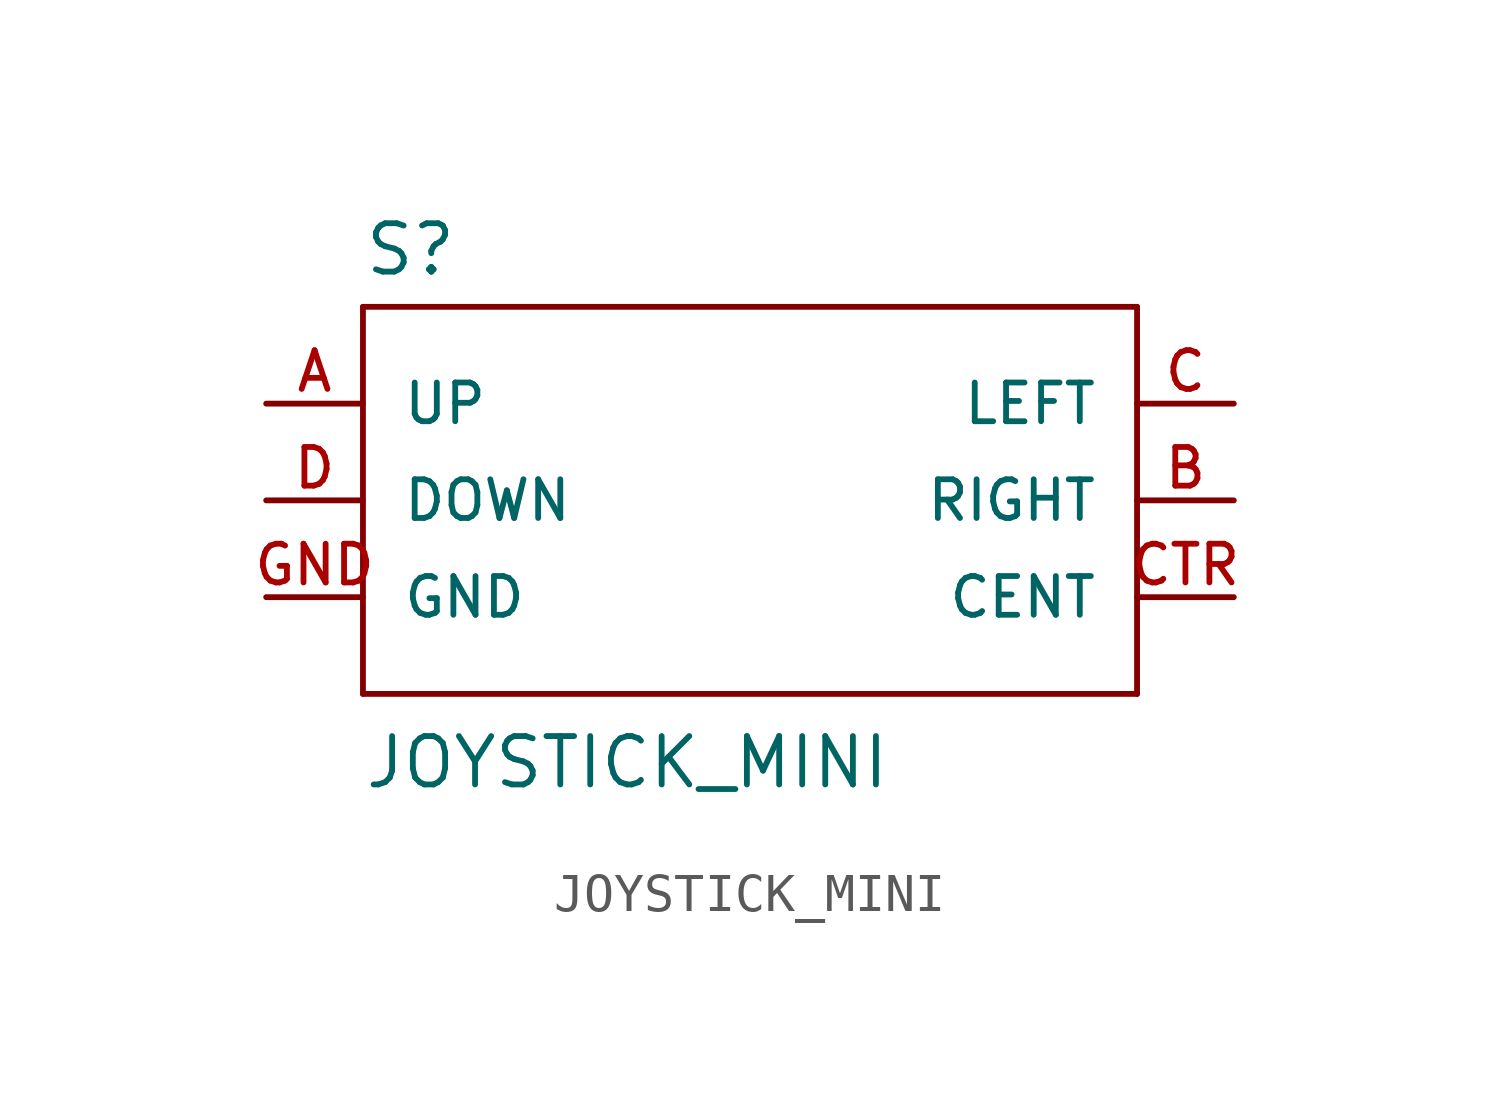
<source format=kicad_sym>
(kicad_symbol_lib
  (version 20220914)
  (generator kicad_symbol_editor)
  (symbol "JOYSTICK_MINI"
    (pin_names
      (offset 1.016))
    (property "Reference" "S"
      (at -10.16 5.842 0)
      (effects (font (size 1.27 1.27)) (justify left bottom)))
    (property "Value" "JOYSTICK_MINI"
      (at -10.16 -7.62 0)
      (effects (font (size 1.27 1.27)) (justify left bottom)))
    (property "ki_locked" ""
      (at 0 0 0)
      (effects (font (size 1.27 1.27))))
    (symbol "JOYSTICK_MINI_1_0"
      (polyline (pts (xy -10.16 -5.08) (xy -10.16 5.08)) (stroke (width 0) (type solid)) (fill (type none)))
      (polyline (pts (xy -10.16 5.08) (xy 10.16 5.08)) (stroke (width 0) (type solid)) (fill (type none)))
      (polyline (pts (xy 10.16 -5.08) (xy -10.16 -5.08)) (stroke (width 0) (type solid)) (fill (type none)))
      (polyline (pts (xy 10.16 5.08) (xy 10.16 -5.08)) (stroke (width 0) (type solid)) (fill (type none))))
    (symbol "JOYSTICK_MINI_1_1"
      (pin bidirectional line (at -12.7 2.54 0) (length 2.54) (name "UP" (effects (font (size 1.016 1.016)))) (number "A" (effects (font (size 1.016 1.016)))))
      (pin bidirectional line (at 12.7 0 180) (length 2.54) (name "RIGHT" (effects (font (size 1.016 1.016)))) (number "B" (effects (font (size 1.016 1.016)))))
      (pin bidirectional line (at 12.7 2.54 180) (length 2.54) (name "LEFT" (effects (font (size 1.016 1.016)))) (number "C" (effects (font (size 1.016 1.016)))))
      (pin bidirectional line (at 12.7 -2.54 180) (length 2.54) (name "CENT" (effects (font (size 1.016 1.016)))) (number "CTR" (effects (font (size 1.016 1.016)))))
      (pin bidirectional line (at -12.7 0 0) (length 2.54) (name "DOWN" (effects (font (size 1.016 1.016)))) (number "D" (effects (font (size 1.016 1.016)))))
      (pin bidirectional line (at -12.7 -2.54 0) (length 2.54) (name "GND" (effects (font (size 1.016 1.016)))) (number "GND" (effects (font (size 1.016 1.016))))))))
</source>
